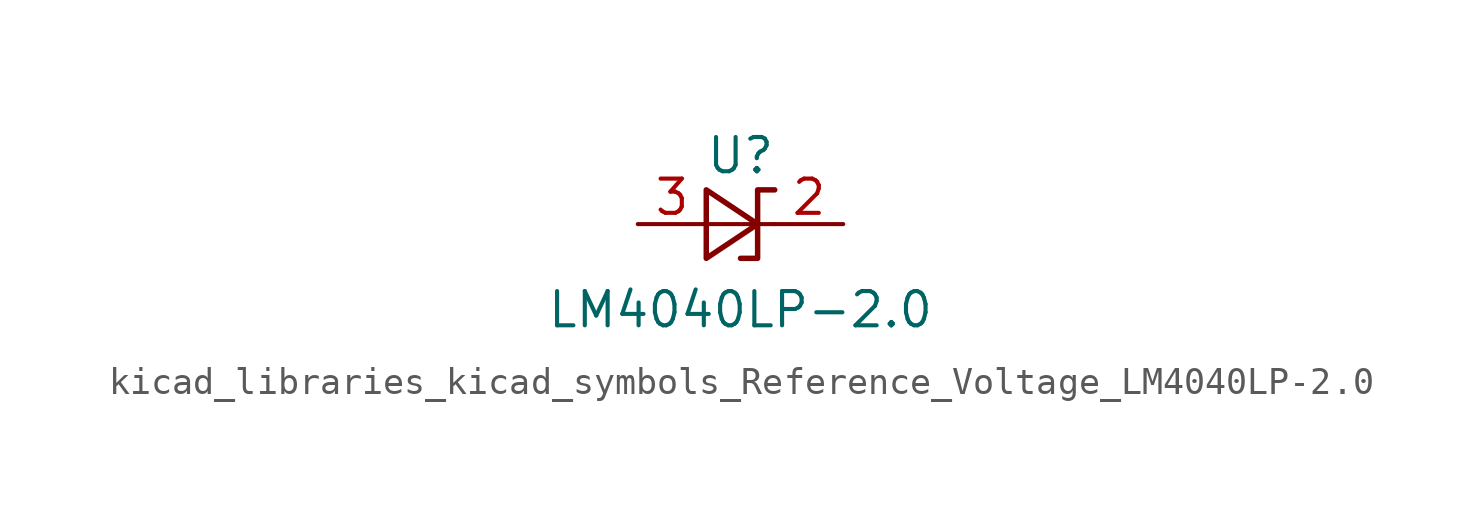
<source format=kicad_sym>
(kicad_symbol_lib
  (version 20220914)
  (generator kicad_symbol_editor)
  (symbol "kicad_libraries_kicad_symbols_Reference_Voltage_LM4040LP-2.0"
    (pin_names
      (offset 0.025) hide)
    (property "Reference" "U"
      (at 0 2.54 0)
      (effects (font (size 1.27 1.27))))
    (property "Value" "LM4040LP-2.0"
      (at 0 -3.175 0)
      (effects (font (size 1.27 1.27))))
    (symbol "kicad_libraries_kicad_symbols_Reference_Voltage_LM4040LP-2.0_0_1"
      (polyline (pts (xy -1.27 0) (xy 0 0) (xy 1.27 0)) (stroke (width 0) (type default)) (fill (type none)))
      (polyline (pts (xy -1.27 -1.27) (xy 0.635 0) (xy -1.27 1.27) (xy -1.27 -1.27)) (stroke (width 0.203) (type default)) (fill (type none)))
      (polyline (pts (xy 0 -1.27) (xy 0.635 -1.27) (xy 0.635 1.27) (xy 1.27 1.27)) (stroke (width 0.203) (type default)) (fill (type none))))
    (symbol "kicad_libraries_kicad_symbols_Reference_Voltage_LM4040LP-2.0_1_1"
      (pin passive line (at 3.81 0 180) (length 2.54) (name "K" (effects (font (size 1.27 1.27)))) (number "2" (effects (font (size 1.27 1.27)))))
      (pin passive line (at -3.81 0 0) (length 2.54) (name "A" (effects (font (size 1.27 1.27)))) (number "3" (effects (font (size 1.27 1.27))))))))
</source>
